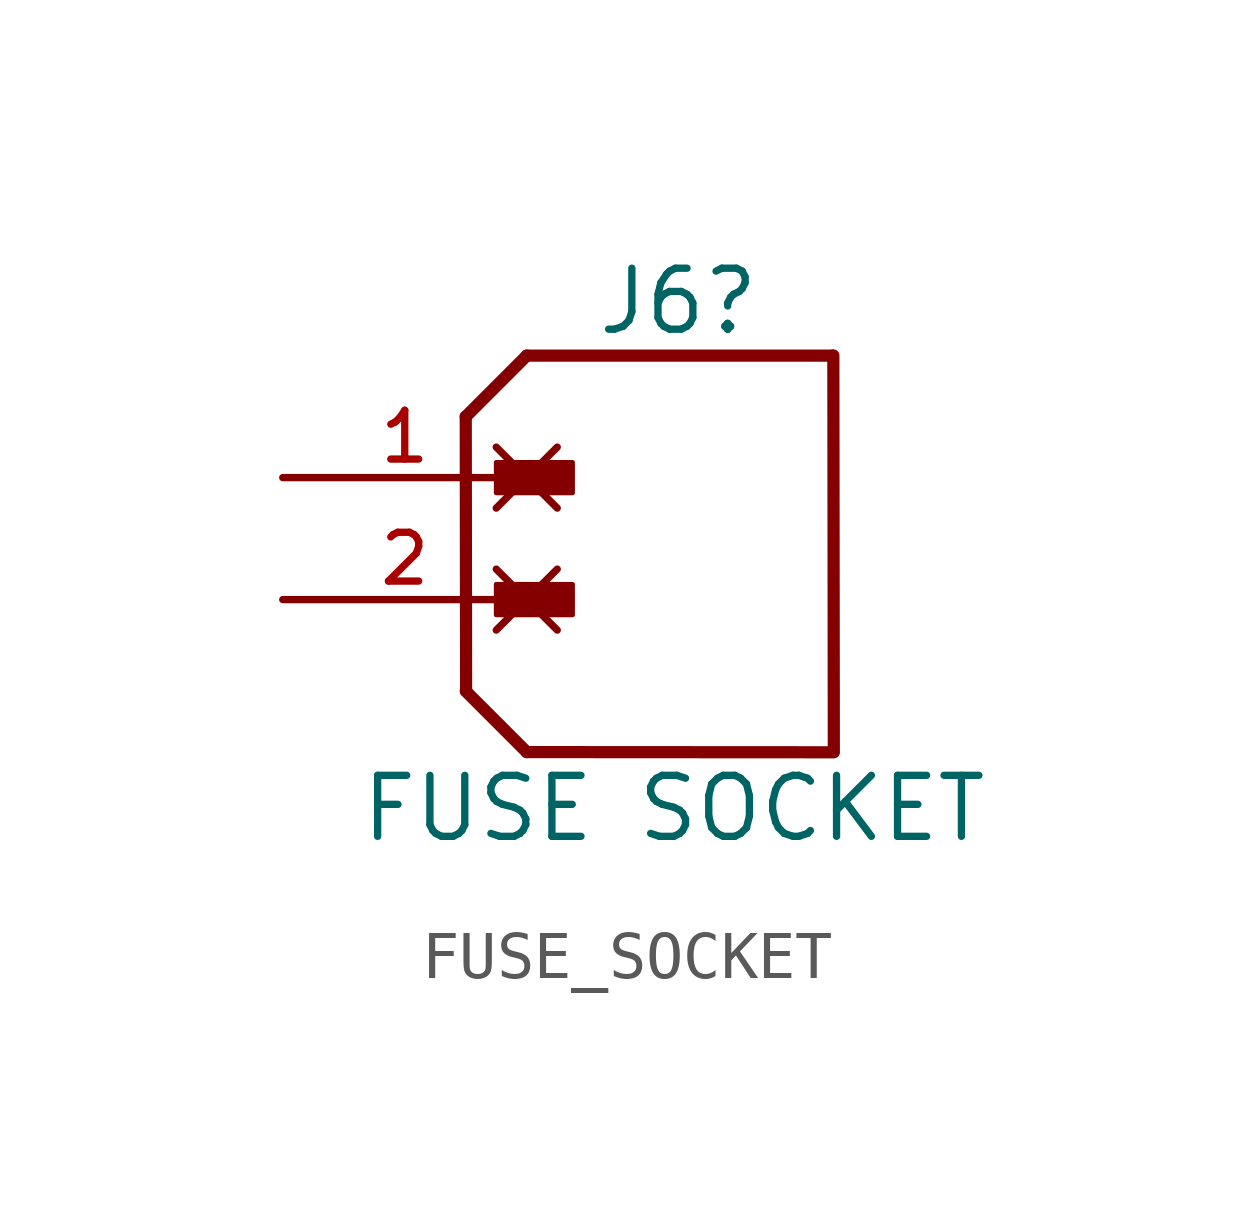
<source format=kicad_sym>
(kicad_symbol_lib
  (version 20241209)
  (generator "kicad_symbol_editor")
  (generator_version "9.0")
  (symbol "FUSE_SOCKET"
    (pin_names
      (offset 1.016))
    (property "Reference" "J6"
      (at -1.117 6.21 0)
      (effects (font (size 1.27 1.27)) (justify left)))
    (property "Value" "FUSE SOCKET"
      (at -6.047 -4.349 0)
      (effects (font (size 1.27 1.27)) (justify left)))
    (symbol "FUSE_SOCKET_0_0"
      (polyline (pts (xy -3.81 3.81) (xy -3.803 -1.903)) (stroke (width 0.254) (type default)) (fill (type none)))
      (polyline (pts (xy -3.81 3.81) (xy -2.54 5.08)) (stroke (width 0.254) (type default)) (fill (type none)))
      (polyline (pts (xy -3.81 -1.905) (xy -2.54 -3.175)) (stroke (width 0.254) (type default)) (fill (type none)))
      (rectangle (start -3.175 2.223) (end -1.587 2.857) (stroke (width 0.1) (type default)) (fill (type outline)))
      (rectangle (start -3.175 -0.318) (end -1.587 0.318) (stroke (width 0.1) (type default)) (fill (type outline)))
      (polyline (pts (xy -2.54 -3.175) (xy 3.802 -3.179)) (stroke (width 0.254) (type default)) (fill (type none)))
      (polyline (pts (xy 3.81 5.08) (xy -2.54 5.08)) (stroke (width 0.254) (type default)) (fill (type none)))
      (polyline (pts (xy 3.854 -3.179) (xy 3.844 5.084)) (stroke (width 0.254) (type default)) (fill (type none))))
    (symbol "FUSE_SOCKET_1_0"
      (pin passive non_logic (at -7.62 2.54 0) (length 5.08) (name "" (effects (font (size 1.016 1.016)))) (number "1" (effects (font (size 1.016 1.016)))))
      (pin passive non_logic (at -7.62 0 0) (length 5.08) (name "" (effects (font (size 1.016 1.016)))) (number "2" (effects (font (size 1.016 1.016))))))))
</source>
